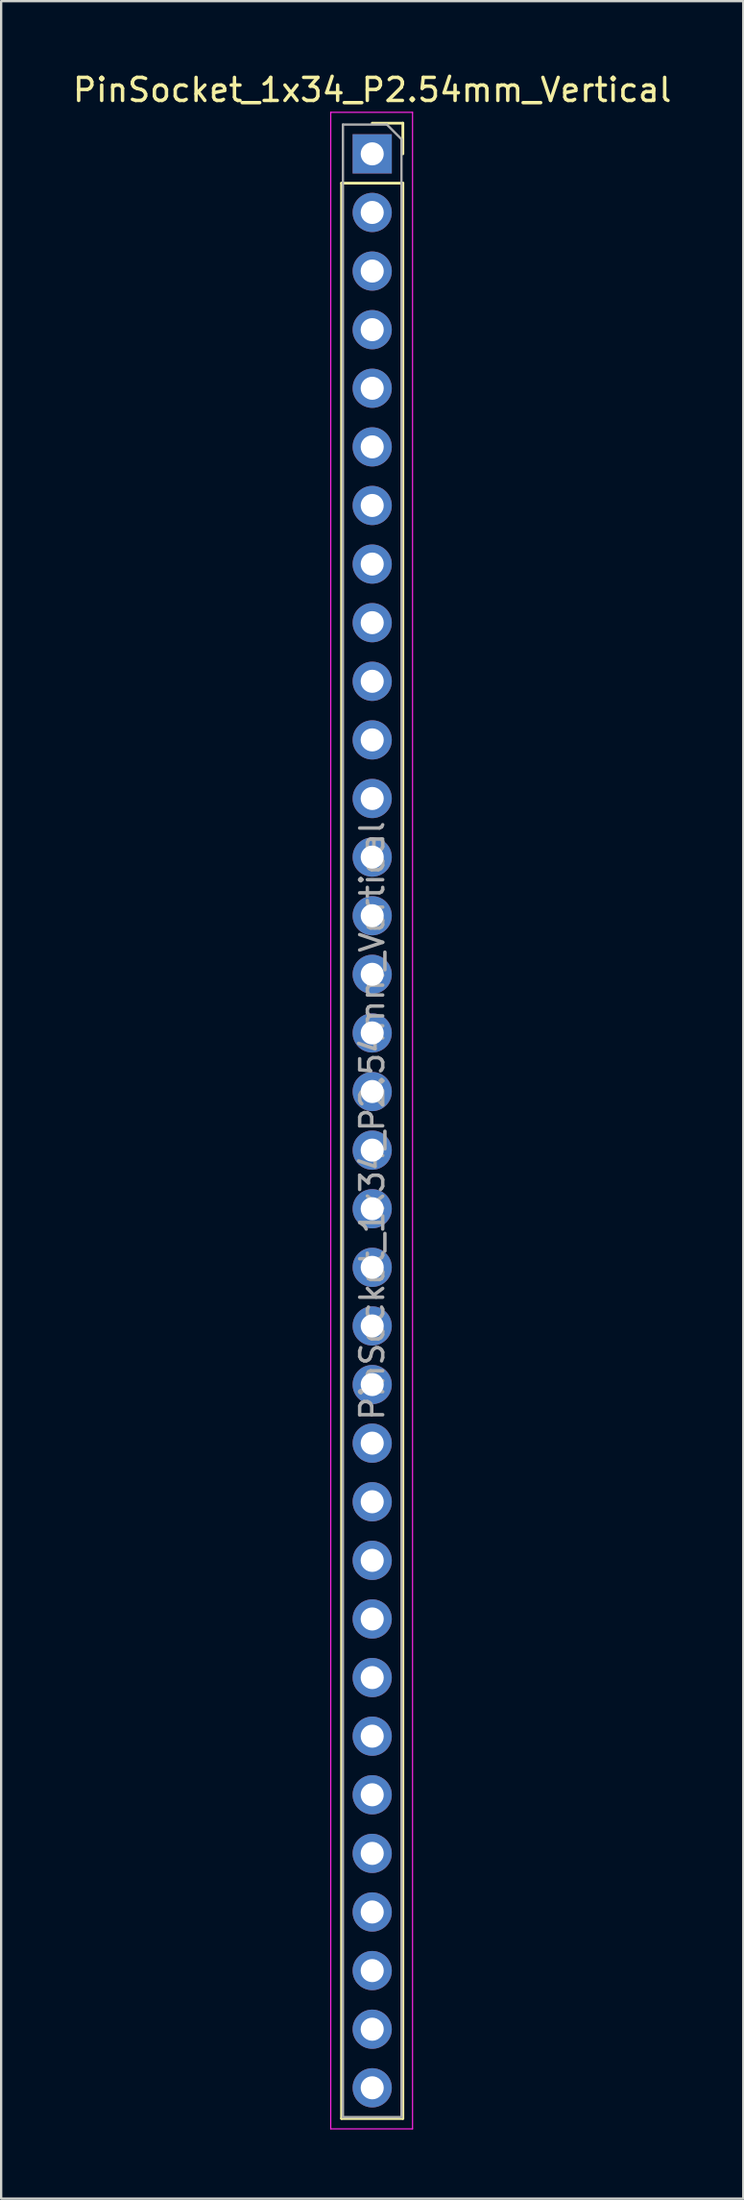
<source format=kicad_pcb>
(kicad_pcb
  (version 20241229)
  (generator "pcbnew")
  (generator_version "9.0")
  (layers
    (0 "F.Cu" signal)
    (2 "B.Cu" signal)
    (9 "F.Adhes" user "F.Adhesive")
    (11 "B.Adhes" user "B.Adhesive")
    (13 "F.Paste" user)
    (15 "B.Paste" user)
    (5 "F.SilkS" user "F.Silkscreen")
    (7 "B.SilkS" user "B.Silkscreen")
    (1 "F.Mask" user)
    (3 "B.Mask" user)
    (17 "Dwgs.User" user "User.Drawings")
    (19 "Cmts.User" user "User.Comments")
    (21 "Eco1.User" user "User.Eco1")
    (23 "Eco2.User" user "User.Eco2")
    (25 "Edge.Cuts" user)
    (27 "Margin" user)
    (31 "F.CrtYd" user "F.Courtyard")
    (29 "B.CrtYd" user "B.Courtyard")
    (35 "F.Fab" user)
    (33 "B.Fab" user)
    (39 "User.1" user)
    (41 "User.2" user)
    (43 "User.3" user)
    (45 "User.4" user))
  (footprint "PinSocket_1x34_P2.54mm_Vertical"
    (layer "F.Cu")
    (at 13.101 3.618)
    (property "Reference" "PinSocket_1x34_P2.54mm_Vertical" (at 0 -2.77 0) (layer "F.SilkS") (effects (font (size 1 1) (thickness 0.15))))
    (attr through_hole)
    (fp_line (start -1.33 1.27) (end -1.33 85.15) (stroke (width 0.12) (type solid)) (layer "F.SilkS"))
    (fp_line (start -1.33 1.27) (end 1.33 1.27) (stroke (width 0.12) (type solid)) (layer "F.SilkS"))
    (fp_line (start -1.33 85.15) (end 1.33 85.15) (stroke (width 0.12) (type solid)) (layer "F.SilkS"))
    (fp_line (start 0 -1.33) (end 1.33 -1.33) (stroke (width 0.12) (type solid)) (layer "F.SilkS"))
    (fp_line (start 1.33 -1.33) (end 1.33 0) (stroke (width 0.12) (type solid)) (layer "F.SilkS"))
    (fp_line (start 1.33 1.27) (end 1.33 85.15) (stroke (width 0.12) (type solid)) (layer "F.SilkS"))
    (fp_line (start -1.8 -1.8) (end 1.75 -1.8) (stroke (width 0.05) (type solid)) (layer "F.CrtYd"))
    (fp_line (start -1.8 85.6) (end -1.8 -1.8) (stroke (width 0.05) (type solid)) (layer "F.CrtYd"))
    (fp_line (start 1.75 -1.8) (end 1.75 85.6) (stroke (width 0.05) (type solid)) (layer "F.CrtYd"))
    (fp_line (start 1.75 85.6) (end -1.8 85.6) (stroke (width 0.05) (type solid)) (layer "F.CrtYd"))
    (fp_line (start -1.27 -1.27) (end 0.635 -1.27) (stroke (width 0.1) (type solid)) (layer "F.Fab"))
    (fp_line (start -1.27 85.09) (end -1.27 -1.27) (stroke (width 0.1) (type solid)) (layer "F.Fab"))
    (fp_line (start 0.635 -1.27) (end 1.27 -0.635) (stroke (width 0.1) (type solid)) (layer "F.Fab"))
    (fp_line (start 1.27 -0.635) (end 1.27 85.09) (stroke (width 0.1) (type solid)) (layer "F.Fab"))
    (fp_line (start 1.27 85.09) (end -1.27 85.09) (stroke (width 0.1) (type solid)) (layer "F.Fab"))
    (fp_text user "${REFERENCE}" (at 0 41.91 90) (layer "F.Fab") (effects (font (size 1 1) (thickness 0.15))))
    (pad "1" thru_hole rect (at 0 0) (size 1.7 1.7) (drill 1) (layers "*.Cu" "*.Mask"))
    (pad "2" thru_hole oval (at 0 2.54) (size 1.7 1.7) (drill 1) (layers "*.Cu" "*.Mask"))
    (pad "3" thru_hole oval (at 0 5.08) (size 1.7 1.7) (drill 1) (layers "*.Cu" "*.Mask"))
    (pad "4" thru_hole oval (at 0 7.62) (size 1.7 1.7) (drill 1) (layers "*.Cu" "*.Mask"))
    (pad "5" thru_hole oval (at 0 10.16) (size 1.7 1.7) (drill 1) (layers "*.Cu" "*.Mask"))
    (pad "6" thru_hole oval (at 0 12.7) (size 1.7 1.7) (drill 1) (layers "*.Cu" "*.Mask"))
    (pad "7" thru_hole oval (at 0 15.24) (size 1.7 1.7) (drill 1) (layers "*.Cu" "*.Mask"))
    (pad "8" thru_hole oval (at 0 17.78) (size 1.7 1.7) (drill 1) (layers "*.Cu" "*.Mask"))
    (pad "9" thru_hole oval (at 0 20.32) (size 1.7 1.7) (drill 1) (layers "*.Cu" "*.Mask"))
    (pad "10" thru_hole oval (at 0 22.86) (size 1.7 1.7) (drill 1) (layers "*.Cu" "*.Mask"))
    (pad "11" thru_hole oval (at 0 25.4) (size 1.7 1.7) (drill 1) (layers "*.Cu" "*.Mask"))
    (pad "12" thru_hole oval (at 0 27.94) (size 1.7 1.7) (drill 1) (layers "*.Cu" "*.Mask"))
    (pad "13" thru_hole oval (at 0 30.48) (size 1.7 1.7) (drill 1) (layers "*.Cu" "*.Mask"))
    (pad "14" thru_hole oval (at 0 33.02) (size 1.7 1.7) (drill 1) (layers "*.Cu" "*.Mask"))
    (pad "15" thru_hole oval (at 0 35.56) (size 1.7 1.7) (drill 1) (layers "*.Cu" "*.Mask"))
    (pad "16" thru_hole oval (at 0 38.1) (size 1.7 1.7) (drill 1) (layers "*.Cu" "*.Mask"))
    (pad "17" thru_hole oval (at 0 40.64) (size 1.7 1.7) (drill 1) (layers "*.Cu" "*.Mask"))
    (pad "18" thru_hole oval (at 0 43.18) (size 1.7 1.7) (drill 1) (layers "*.Cu" "*.Mask"))
    (pad "19" thru_hole oval (at 0 45.72) (size 1.7 1.7) (drill 1) (layers "*.Cu" "*.Mask"))
    (pad "20" thru_hole oval (at 0 48.26) (size 1.7 1.7) (drill 1) (layers "*.Cu" "*.Mask"))
    (pad "21" thru_hole oval (at 0 50.8) (size 1.7 1.7) (drill 1) (layers "*.Cu" "*.Mask"))
    (pad "22" thru_hole oval (at 0 53.34) (size 1.7 1.7) (drill 1) (layers "*.Cu" "*.Mask"))
    (pad "23" thru_hole oval (at 0 55.88) (size 1.7 1.7) (drill 1) (layers "*.Cu" "*.Mask"))
    (pad "24" thru_hole oval (at 0 58.42) (size 1.7 1.7) (drill 1) (layers "*.Cu" "*.Mask"))
    (pad "25" thru_hole oval (at 0 60.96) (size 1.7 1.7) (drill 1) (layers "*.Cu" "*.Mask"))
    (pad "26" thru_hole oval (at 0 63.5) (size 1.7 1.7) (drill 1) (layers "*.Cu" "*.Mask"))
    (pad "27" thru_hole oval (at 0 66.04) (size 1.7 1.7) (drill 1) (layers "*.Cu" "*.Mask"))
    (pad "28" thru_hole oval (at 0 68.58) (size 1.7 1.7) (drill 1) (layers "*.Cu" "*.Mask"))
    (pad "29" thru_hole oval (at 0 71.12) (size 1.7 1.7) (drill 1) (layers "*.Cu" "*.Mask"))
    (pad "30" thru_hole oval (at 0 73.66) (size 1.7 1.7) (drill 1) (layers "*.Cu" "*.Mask"))
    (pad "31" thru_hole oval (at 0 76.2) (size 1.7 1.7) (drill 1) (layers "*.Cu" "*.Mask"))
    (pad "32" thru_hole oval (at 0 78.74) (size 1.7 1.7) (drill 1) (layers "*.Cu" "*.Mask"))
    (pad "33" thru_hole oval (at 0 81.28) (size 1.7 1.7) (drill 1) (layers "*.Cu" "*.Mask"))
    (pad "34" thru_hole oval (at 0 83.82) (size 1.7 1.7) (drill 1) (layers "*.Cu" "*.Mask")))
  (gr_rect
    (start -3 -3)
    (end 29.202 92.243)
    (stroke (width 0.1) (type default))
    (fill no)
    (layer "Edge.Cuts")))
</source>
